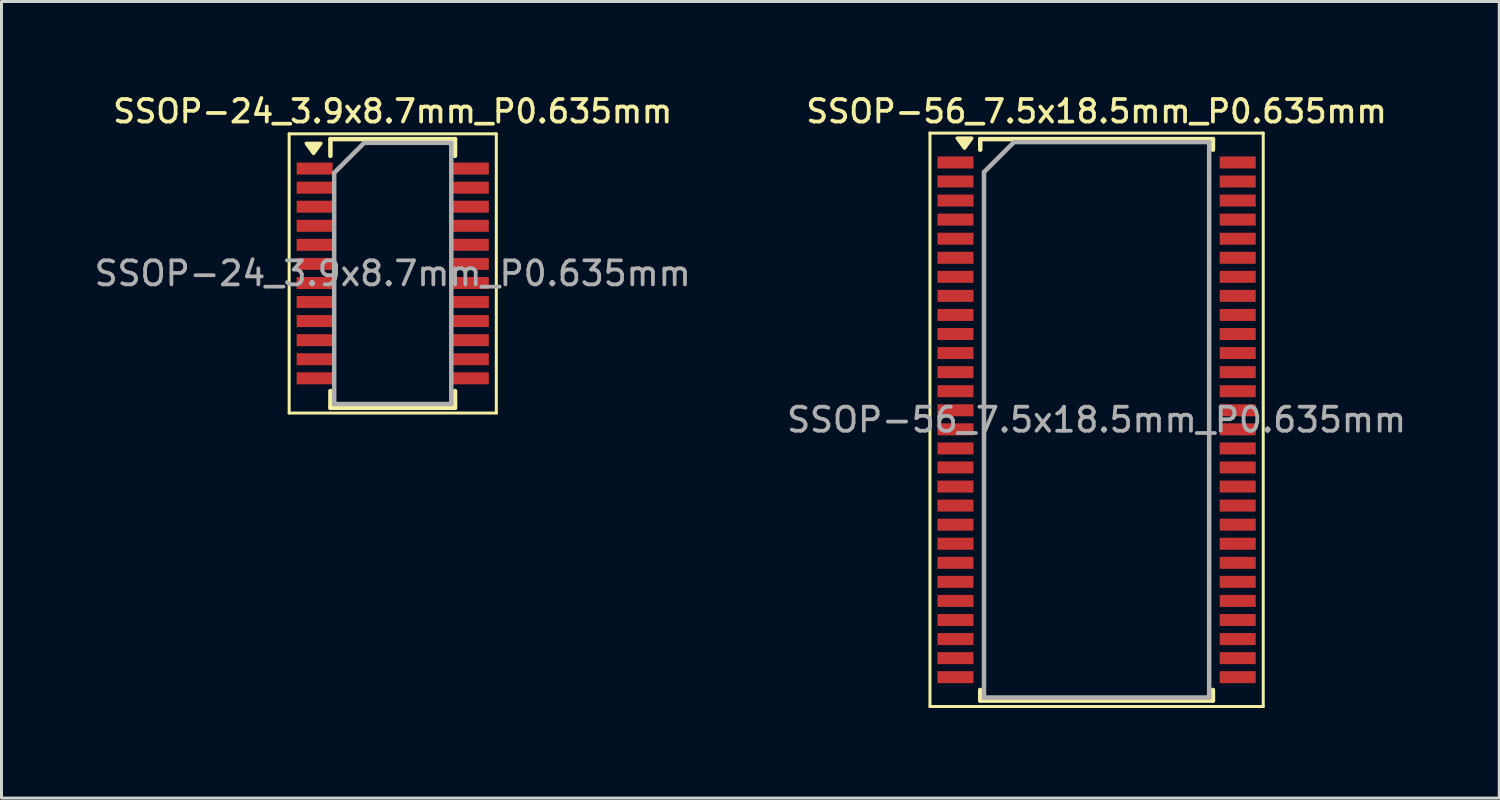
<source format=kicad_pcb>
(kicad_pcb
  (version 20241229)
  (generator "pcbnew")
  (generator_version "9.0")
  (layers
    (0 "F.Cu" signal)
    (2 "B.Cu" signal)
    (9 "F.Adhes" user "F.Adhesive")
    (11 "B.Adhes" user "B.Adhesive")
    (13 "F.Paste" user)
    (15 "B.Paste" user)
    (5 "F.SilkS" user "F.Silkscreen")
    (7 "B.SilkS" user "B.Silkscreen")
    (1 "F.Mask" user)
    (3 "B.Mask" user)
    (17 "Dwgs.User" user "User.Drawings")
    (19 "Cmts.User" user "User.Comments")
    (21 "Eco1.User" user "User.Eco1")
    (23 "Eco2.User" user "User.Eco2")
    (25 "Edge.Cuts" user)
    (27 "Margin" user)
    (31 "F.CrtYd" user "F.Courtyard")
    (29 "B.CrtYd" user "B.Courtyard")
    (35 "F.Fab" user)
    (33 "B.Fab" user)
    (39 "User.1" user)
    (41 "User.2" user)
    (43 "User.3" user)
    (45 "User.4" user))
  (footprint "SSOP-56_7.5x18.5mm_P0.635mm"
    (layer "F.Cu")
    (at 33.475 10.933)
    (property "Reference" "SSOP-56_7.5x18.5mm_P0.635mm" (at 0 -10.275 0) (layer "F.SilkS") (effects (font (size 0.75 0.75) (thickness 0.125))))
    (attr smd)
    (fp_line (start -5.55 -9.55) (end -5.55 9.55) (stroke (width 0.1) (type solid)) (layer "F.SilkS"))
    (fp_line (start -5.55 -9.55) (end 5.55 -9.55) (stroke (width 0.1) (type solid)) (layer "F.SilkS"))
    (fp_line (start -5.55 9.55) (end 5.55 9.55) (stroke (width 0.1) (type solid)) (layer "F.SilkS"))
    (fp_line (start -3.875 -9.35) (end -3.875 -8.998) (stroke (width 0.15) (type solid)) (layer "F.SilkS"))
    (fp_line (start -3.875 -9.35) (end 3.875 -9.35) (stroke (width 0.15) (type solid)) (layer "F.SilkS"))
    (fp_line (start -3.875 9.35) (end -3.875 8.998) (stroke (width 0.15) (type solid)) (layer "F.SilkS"))
    (fp_line (start -3.875 9.35) (end 3.875 9.35) (stroke (width 0.15) (type solid)) (layer "F.SilkS"))
    (fp_line (start 3.875 -9.35) (end 3.875 -8.998) (stroke (width 0.15) (type solid)) (layer "F.SilkS"))
    (fp_line (start 3.875 9.35) (end 3.875 8.998) (stroke (width 0.15) (type solid)) (layer "F.SilkS"))
    (fp_line (start 5.55 -9.55) (end 5.55 9.55) (stroke (width 0.1) (type solid)) (layer "F.SilkS"))
    (fp_poly (pts (xy -4.4 -9.05) (xy -4.64 -9.38) (xy -4.16 -9.38) (xy -4.4 -9.05)) (stroke (width 0.12) (type solid)) (fill yes) (layer "F.SilkS"))
    (fp_line (start -3.75 -8.25) (end -2.75 -9.25) (stroke (width 0.15) (type solid)) (layer "F.Fab"))
    (fp_line (start -3.75 9.25) (end -3.75 -8.25) (stroke (width 0.15) (type solid)) (layer "F.Fab"))
    (fp_line (start -2.75 -9.25) (end 3.75 -9.25) (stroke (width 0.15) (type solid)) (layer "F.Fab"))
    (fp_line (start 3.75 -9.25) (end 3.75 9.25) (stroke (width 0.15) (type solid)) (layer "F.Fab"))
    (fp_line (start 3.75 9.25) (end -3.75 9.25) (stroke (width 0.15) (type solid)) (layer "F.Fab"))
    (fp_text user "${REFERENCE}" (at 0 0 0) (layer "F.Fab") (effects (font (size 0.8 0.8) (thickness 0.125))))
    (pad "1" smd rect (at -4.7 -8.572) (size 1.2 0.4) (layers "F.Cu" "F.Mask" "F.Paste"))
    (pad "2" smd rect (at -4.7 -7.938) (size 1.2 0.4) (layers "F.Cu" "F.Mask" "F.Paste"))
    (pad "3" smd rect (at -4.7 -7.303) (size 1.2 0.4) (layers "F.Cu" "F.Mask" "F.Paste"))
    (pad "4" smd rect (at -4.7 -6.668) (size 1.2 0.4) (layers "F.Cu" "F.Mask" "F.Paste"))
    (pad "5" smd rect (at -4.7 -6.032) (size 1.2 0.4) (layers "F.Cu" "F.Mask" "F.Paste"))
    (pad "6" smd rect (at -4.7 -5.397) (size 1.2 0.4) (layers "F.Cu" "F.Mask" "F.Paste"))
    (pad "7" smd rect (at -4.7 -4.763) (size 1.2 0.4) (layers "F.Cu" "F.Mask" "F.Paste"))
    (pad "8" smd rect (at -4.7 -4.128) (size 1.2 0.4) (layers "F.Cu" "F.Mask" "F.Paste"))
    (pad "9" smd rect (at -4.7 -3.493) (size 1.2 0.4) (layers "F.Cu" "F.Mask" "F.Paste"))
    (pad "10" smd rect (at -4.7 -2.857) (size 1.2 0.4) (layers "F.Cu" "F.Mask" "F.Paste"))
    (pad "11" smd rect (at -4.7 -2.223) (size 1.2 0.4) (layers "F.Cu" "F.Mask" "F.Paste"))
    (pad "12" smd rect (at -4.7 -1.587) (size 1.2 0.4) (layers "F.Cu" "F.Mask" "F.Paste"))
    (pad "13" smd rect (at -4.7 -0.953) (size 1.2 0.4) (layers "F.Cu" "F.Mask" "F.Paste"))
    (pad "14" smd rect (at -4.7 -0.318) (size 1.2 0.4) (layers "F.Cu" "F.Mask" "F.Paste"))
    (pad "15" smd rect (at -4.7 0.318) (size 1.2 0.4) (layers "F.Cu" "F.Mask" "F.Paste"))
    (pad "16" smd rect (at -4.7 0.953) (size 1.2 0.4) (layers "F.Cu" "F.Mask" "F.Paste"))
    (pad "17" smd rect (at -4.7 1.587) (size 1.2 0.4) (layers "F.Cu" "F.Mask" "F.Paste"))
    (pad "18" smd rect (at -4.7 2.223) (size 1.2 0.4) (layers "F.Cu" "F.Mask" "F.Paste"))
    (pad "19" smd rect (at -4.7 2.857) (size 1.2 0.4) (layers "F.Cu" "F.Mask" "F.Paste"))
    (pad "20" smd rect (at -4.7 3.493) (size 1.2 0.4) (layers "F.Cu" "F.Mask" "F.Paste"))
    (pad "21" smd rect (at -4.7 4.128) (size 1.2 0.4) (layers "F.Cu" "F.Mask" "F.Paste"))
    (pad "22" smd rect (at -4.7 4.763) (size 1.2 0.4) (layers "F.Cu" "F.Mask" "F.Paste"))
    (pad "23" smd rect (at -4.7 5.397) (size 1.2 0.4) (layers "F.Cu" "F.Mask" "F.Paste"))
    (pad "24" smd rect (at -4.7 6.032) (size 1.2 0.4) (layers "F.Cu" "F.Mask" "F.Paste"))
    (pad "25" smd rect (at -4.7 6.668) (size 1.2 0.4) (layers "F.Cu" "F.Mask" "F.Paste"))
    (pad "26" smd rect (at -4.7 7.303) (size 1.2 0.4) (layers "F.Cu" "F.Mask" "F.Paste"))
    (pad "27" smd rect (at -4.7 7.938) (size 1.2 0.4) (layers "F.Cu" "F.Mask" "F.Paste"))
    (pad "28" smd rect (at -4.7 8.572) (size 1.2 0.4) (layers "F.Cu" "F.Mask" "F.Paste"))
    (pad "29" smd rect (at 4.7 8.572) (size 1.2 0.4) (layers "F.Cu" "F.Mask" "F.Paste"))
    (pad "30" smd rect (at 4.7 7.938) (size 1.2 0.4) (layers "F.Cu" "F.Mask" "F.Paste"))
    (pad "31" smd rect (at 4.7 7.303) (size 1.2 0.4) (layers "F.Cu" "F.Mask" "F.Paste"))
    (pad "32" smd rect (at 4.7 6.668) (size 1.2 0.4) (layers "F.Cu" "F.Mask" "F.Paste"))
    (pad "33" smd rect (at 4.7 6.032) (size 1.2 0.4) (layers "F.Cu" "F.Mask" "F.Paste"))
    (pad "34" smd rect (at 4.7 5.397) (size 1.2 0.4) (layers "F.Cu" "F.Mask" "F.Paste"))
    (pad "35" smd rect (at 4.7 4.763) (size 1.2 0.4) (layers "F.Cu" "F.Mask" "F.Paste"))
    (pad "36" smd rect (at 4.7 4.128) (size 1.2 0.4) (layers "F.Cu" "F.Mask" "F.Paste"))
    (pad "37" smd rect (at 4.7 3.493) (size 1.2 0.4) (layers "F.Cu" "F.Mask" "F.Paste"))
    (pad "38" smd rect (at 4.7 2.857) (size 1.2 0.4) (layers "F.Cu" "F.Mask" "F.Paste"))
    (pad "39" smd rect (at 4.7 2.223) (size 1.2 0.4) (layers "F.Cu" "F.Mask" "F.Paste"))
    (pad "40" smd rect (at 4.7 1.587) (size 1.2 0.4) (layers "F.Cu" "F.Mask" "F.Paste"))
    (pad "41" smd rect (at 4.7 0.953) (size 1.2 0.4) (layers "F.Cu" "F.Mask" "F.Paste"))
    (pad "42" smd rect (at 4.7 0.318) (size 1.2 0.4) (layers "F.Cu" "F.Mask" "F.Paste"))
    (pad "43" smd rect (at 4.7 -0.318) (size 1.2 0.4) (layers "F.Cu" "F.Mask" "F.Paste"))
    (pad "44" smd rect (at 4.7 -0.953) (size 1.2 0.4) (layers "F.Cu" "F.Mask" "F.Paste"))
    (pad "45" smd rect (at 4.7 -1.587) (size 1.2 0.4) (layers "F.Cu" "F.Mask" "F.Paste"))
    (pad "46" smd rect (at 4.7 -2.223) (size 1.2 0.4) (layers "F.Cu" "F.Mask" "F.Paste"))
    (pad "47" smd rect (at 4.7 -2.857) (size 1.2 0.4) (layers "F.Cu" "F.Mask" "F.Paste"))
    (pad "48" smd rect (at 4.7 -3.493) (size 1.2 0.4) (layers "F.Cu" "F.Mask" "F.Paste"))
    (pad "49" smd rect (at 4.7 -4.128) (size 1.2 0.4) (layers "F.Cu" "F.Mask" "F.Paste"))
    (pad "50" smd rect (at 4.7 -4.763) (size 1.2 0.4) (layers "F.Cu" "F.Mask" "F.Paste"))
    (pad "51" smd rect (at 4.7 -5.397) (size 1.2 0.4) (layers "F.Cu" "F.Mask" "F.Paste"))
    (pad "52" smd rect (at 4.7 -6.032) (size 1.2 0.4) (layers "F.Cu" "F.Mask" "F.Paste"))
    (pad "53" smd rect (at 4.7 -6.668) (size 1.2 0.4) (layers "F.Cu" "F.Mask" "F.Paste"))
    (pad "54" smd rect (at 4.7 -7.303) (size 1.2 0.4) (layers "F.Cu" "F.Mask" "F.Paste"))
    (pad "55" smd rect (at 4.7 -7.938) (size 1.2 0.4) (layers "F.Cu" "F.Mask" "F.Paste"))
    (pad "56" smd rect (at 4.7 -8.572) (size 1.2 0.4) (layers "F.Cu" "F.Mask" "F.Paste")))
  (footprint "SSOP-24_3.9x8.7mm_P0.635mm"
    (layer "F.Cu")
    (at 10.031 6.058)
    (property "Reference" "SSOP-24_3.9x8.7mm_P0.635mm" (at 0 -5.4 0) (layer "F.SilkS") (effects (font (size 0.75 0.75) (thickness 0.125))))
    (attr smd)
    (fp_line (start -3.45 -4.65) (end -3.45 4.65) (stroke (width 0.1) (type solid)) (layer "F.SilkS"))
    (fp_line (start -3.45 -4.65) (end 3.45 -4.65) (stroke (width 0.1) (type solid)) (layer "F.SilkS"))
    (fp_line (start -3.45 4.65) (end 3.45 4.65) (stroke (width 0.1) (type solid)) (layer "F.SilkS"))
    (fp_line (start -2.075 -4.475) (end -2.075 -3.917) (stroke (width 0.15) (type solid)) (layer "F.SilkS"))
    (fp_line (start -2.075 -4.475) (end 2.075 -4.475) (stroke (width 0.15) (type solid)) (layer "F.SilkS"))
    (fp_line (start -2.075 4.475) (end -2.075 3.917) (stroke (width 0.15) (type solid)) (layer "F.SilkS"))
    (fp_line (start -2.075 4.475) (end 2.075 4.475) (stroke (width 0.15) (type solid)) (layer "F.SilkS"))
    (fp_line (start 2.075 -4.475) (end 2.075 -3.917) (stroke (width 0.15) (type solid)) (layer "F.SilkS"))
    (fp_line (start 2.075 4.475) (end 2.075 3.917) (stroke (width 0.15) (type solid)) (layer "F.SilkS"))
    (fp_line (start 3.45 -4.65) (end 3.45 4.65) (stroke (width 0.1) (type solid)) (layer "F.SilkS"))
    (fp_poly (pts (xy -2.638 -4) (xy -2.877 -4.33) (xy -2.397 -4.33) (xy -2.638 -4)) (stroke (width 0.12) (type solid)) (fill yes) (layer "F.SilkS"))
    (fp_line (start -1.95 -3.35) (end -0.95 -4.35) (stroke (width 0.15) (type solid)) (layer "F.Fab"))
    (fp_line (start -1.95 4.35) (end -1.95 -3.35) (stroke (width 0.15) (type solid)) (layer "F.Fab"))
    (fp_line (start -0.95 -4.35) (end 1.95 -4.35) (stroke (width 0.15) (type solid)) (layer "F.Fab"))
    (fp_line (start 1.95 -4.35) (end 1.95 4.35) (stroke (width 0.15) (type solid)) (layer "F.Fab"))
    (fp_line (start 1.95 4.35) (end -1.95 4.35) (stroke (width 0.15) (type solid)) (layer "F.Fab"))
    (fp_text user "${REFERENCE}" (at 0 0 0) (layer "F.Fab") (effects (font (size 0.8 0.8) (thickness 0.125))))
    (pad "1" smd rect (at -2.6 -3.493) (size 1.2 0.4) (layers "F.Cu" "F.Mask" "F.Paste"))
    (pad "2" smd rect (at -2.6 -2.857) (size 1.2 0.4) (layers "F.Cu" "F.Mask" "F.Paste"))
    (pad "3" smd rect (at -2.6 -2.223) (size 1.2 0.4) (layers "F.Cu" "F.Mask" "F.Paste"))
    (pad "4" smd rect (at -2.6 -1.587) (size 1.2 0.4) (layers "F.Cu" "F.Mask" "F.Paste"))
    (pad "5" smd rect (at -2.6 -0.953) (size 1.2 0.4) (layers "F.Cu" "F.Mask" "F.Paste"))
    (pad "6" smd rect (at -2.6 -0.318) (size 1.2 0.4) (layers "F.Cu" "F.Mask" "F.Paste"))
    (pad "7" smd rect (at -2.6 0.318) (size 1.2 0.4) (layers "F.Cu" "F.Mask" "F.Paste"))
    (pad "8" smd rect (at -2.6 0.953) (size 1.2 0.4) (layers "F.Cu" "F.Mask" "F.Paste"))
    (pad "9" smd rect (at -2.6 1.587) (size 1.2 0.4) (layers "F.Cu" "F.Mask" "F.Paste"))
    (pad "10" smd rect (at -2.6 2.223) (size 1.2 0.4) (layers "F.Cu" "F.Mask" "F.Paste"))
    (pad "11" smd rect (at -2.6 2.857) (size 1.2 0.4) (layers "F.Cu" "F.Mask" "F.Paste"))
    (pad "12" smd rect (at -2.6 3.493) (size 1.2 0.4) (layers "F.Cu" "F.Mask" "F.Paste"))
    (pad "13" smd rect (at 2.6 3.493) (size 1.2 0.4) (layers "F.Cu" "F.Mask" "F.Paste"))
    (pad "14" smd rect (at 2.6 2.857) (size 1.2 0.4) (layers "F.Cu" "F.Mask" "F.Paste"))
    (pad "15" smd rect (at 2.6 2.223) (size 1.2 0.4) (layers "F.Cu" "F.Mask" "F.Paste"))
    (pad "16" smd rect (at 2.6 1.587) (size 1.2 0.4) (layers "F.Cu" "F.Mask" "F.Paste"))
    (pad "17" smd rect (at 2.6 0.953) (size 1.2 0.4) (layers "F.Cu" "F.Mask" "F.Paste"))
    (pad "18" smd rect (at 2.6 0.318) (size 1.2 0.4) (layers "F.Cu" "F.Mask" "F.Paste"))
    (pad "19" smd rect (at 2.6 -0.318) (size 1.2 0.4) (layers "F.Cu" "F.Mask" "F.Paste"))
    (pad "20" smd rect (at 2.6 -0.953) (size 1.2 0.4) (layers "F.Cu" "F.Mask" "F.Paste"))
    (pad "21" smd rect (at 2.6 -1.587) (size 1.2 0.4) (layers "F.Cu" "F.Mask" "F.Paste"))
    (pad "22" smd rect (at 2.6 -2.223) (size 1.2 0.4) (layers "F.Cu" "F.Mask" "F.Paste"))
    (pad "23" smd rect (at 2.6 -2.857) (size 1.2 0.4) (layers "F.Cu" "F.Mask" "F.Paste"))
    (pad "24" smd rect (at 2.6 -3.493) (size 1.2 0.4) (layers "F.Cu" "F.Mask" "F.Paste")))
  (gr_rect
    (start -3 -3)
    (end 46.887 23.533)
    (stroke (width 0.1) (type default))
    (fill no)
    (layer "Edge.Cuts")))
</source>
